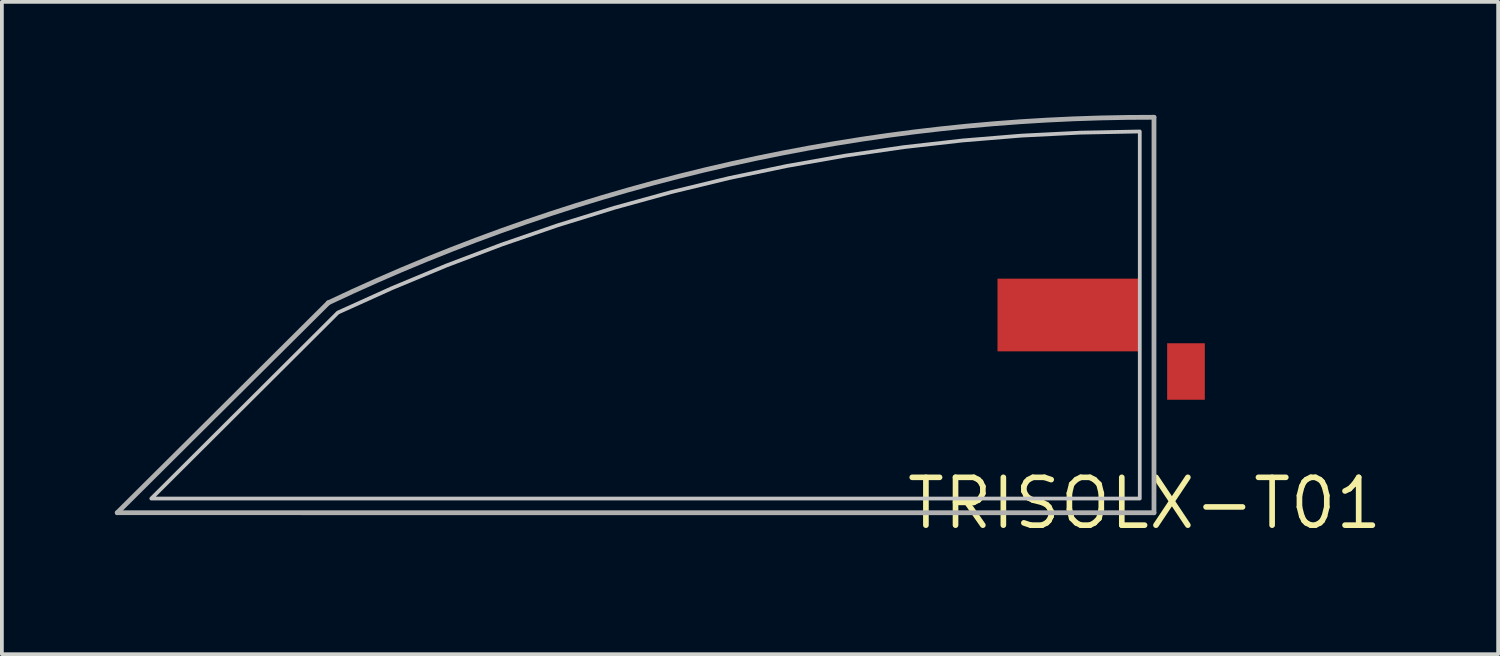
<source format=kicad_pcb>
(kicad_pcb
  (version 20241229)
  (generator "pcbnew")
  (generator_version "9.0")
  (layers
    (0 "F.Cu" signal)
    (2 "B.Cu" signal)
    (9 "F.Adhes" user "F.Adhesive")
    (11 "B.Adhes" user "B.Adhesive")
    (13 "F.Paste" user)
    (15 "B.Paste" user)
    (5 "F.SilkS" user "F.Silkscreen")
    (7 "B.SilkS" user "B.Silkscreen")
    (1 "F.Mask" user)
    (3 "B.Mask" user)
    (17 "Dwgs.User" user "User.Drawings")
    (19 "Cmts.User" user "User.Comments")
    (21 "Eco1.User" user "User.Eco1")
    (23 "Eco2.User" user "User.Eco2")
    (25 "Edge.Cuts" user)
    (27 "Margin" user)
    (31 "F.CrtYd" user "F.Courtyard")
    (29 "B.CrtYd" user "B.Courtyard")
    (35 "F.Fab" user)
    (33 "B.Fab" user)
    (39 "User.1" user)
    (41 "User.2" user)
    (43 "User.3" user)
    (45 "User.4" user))
  (footprint "TRISOLX-T01"
    (layer "F.Cu")
    (at 27.34 10.314)
    (property "Reference" "TRISOLX-T01" (at 0 0 0) (layer "F.SilkS") (effects (font (size 1.27 1.27) (thickness 0.15))))
    (attr through_hole)
    (fp_poly (pts (xy 0 0) (xy -26.5 0) (xy -20.45 -6.05) (xy -19.061 -6.614) (xy -17.657 -7.136) (xy -16.237 -7.615) (xy -14.803 -8.052) (xy -13.357 -8.445) (xy -11.9 -8.795) (xy -10.433 -9.102) (xy -8.957 -9.364) (xy -7.475 -9.582) (xy -5.986 -9.755) (xy -4.493 -9.883) (xy -2.997 -9.967) (xy 0 -10)) (stroke (width 0) (type solid)) (fill yes) (layer "F.Mask"))
    (fp_poly (pts (xy 0.03 0.02) (xy -26.55 0.02) (xy -20.45 -6.05) (xy -19.061 -6.614) (xy -17.657 -7.136) (xy -16.237 -7.615) (xy -14.803 -8.052) (xy -13.357 -8.445) (xy -11.9 -8.795) (xy -10.433 -9.102) (xy -8.957 -9.364) (xy -7.475 -9.582) (xy -5.986 -9.755) (xy -4.493 -9.883) (xy -2.997 -9.967) (xy 0 -10)) (stroke (width 0) (type solid)) (fill yes) (layer "F.Paste"))
    (fp_poly (pts (xy -0.127 -0.127) (xy -26.373 -0.127) (xy -21.418 -5.065) (xy -19.986 -5.712) (xy -18.535 -6.315) (xy -17.065 -6.872) (xy -15.579 -7.383) (xy -14.078 -7.847) (xy -12.563 -8.265) (xy -11.036 -8.635) (xy -9.498 -8.957) (xy -7.95 -9.231) (xy -6.395 -9.457) (xy -4.834 -9.634) (xy -3.268 -9.763) (xy -1.698 -9.842) (xy -0.127 -9.873)) (stroke (width 0.1) (type solid)) (fill no) (layer "Dwgs.User"))
    (fp_line (start -21.671 -5.326) (end -27.277 0.249) (stroke (width 0.127) (type solid)) (layer "F.Fab"))
    (fp_line (start 0.25 0.25) (end -27.277 0.249) (stroke (width 0.127) (type solid)) (layer "F.Fab"))
    (fp_line (start 0.25 0.25) (end 0.25 -10.25) (stroke (width 0.127) (type solid)) (layer "F.Fab"))
    (fp_arc (start -21.671 -5.326) (mid -10.98557 -9.012575) (end 0.25 -10.25) (stroke (width 0.127) (type solid)) (layer "F.Fab"))
    (pad "1" smd rect (at 1.1 -3.5) (size 1 1.5) (layers "F.Cu" "F.Mask" "F.Paste"))
    (pad "2" smd rect (at -2 -5) (size 3.81 1.93) (layers "F.Cu" "F.Mask" "F.Paste")))
  (gr_rect
    (start -3 -3)
    (end 36.728 14.32)
    (stroke (width 0.1) (type default))
    (fill no)
    (layer "Edge.Cuts")))
</source>
